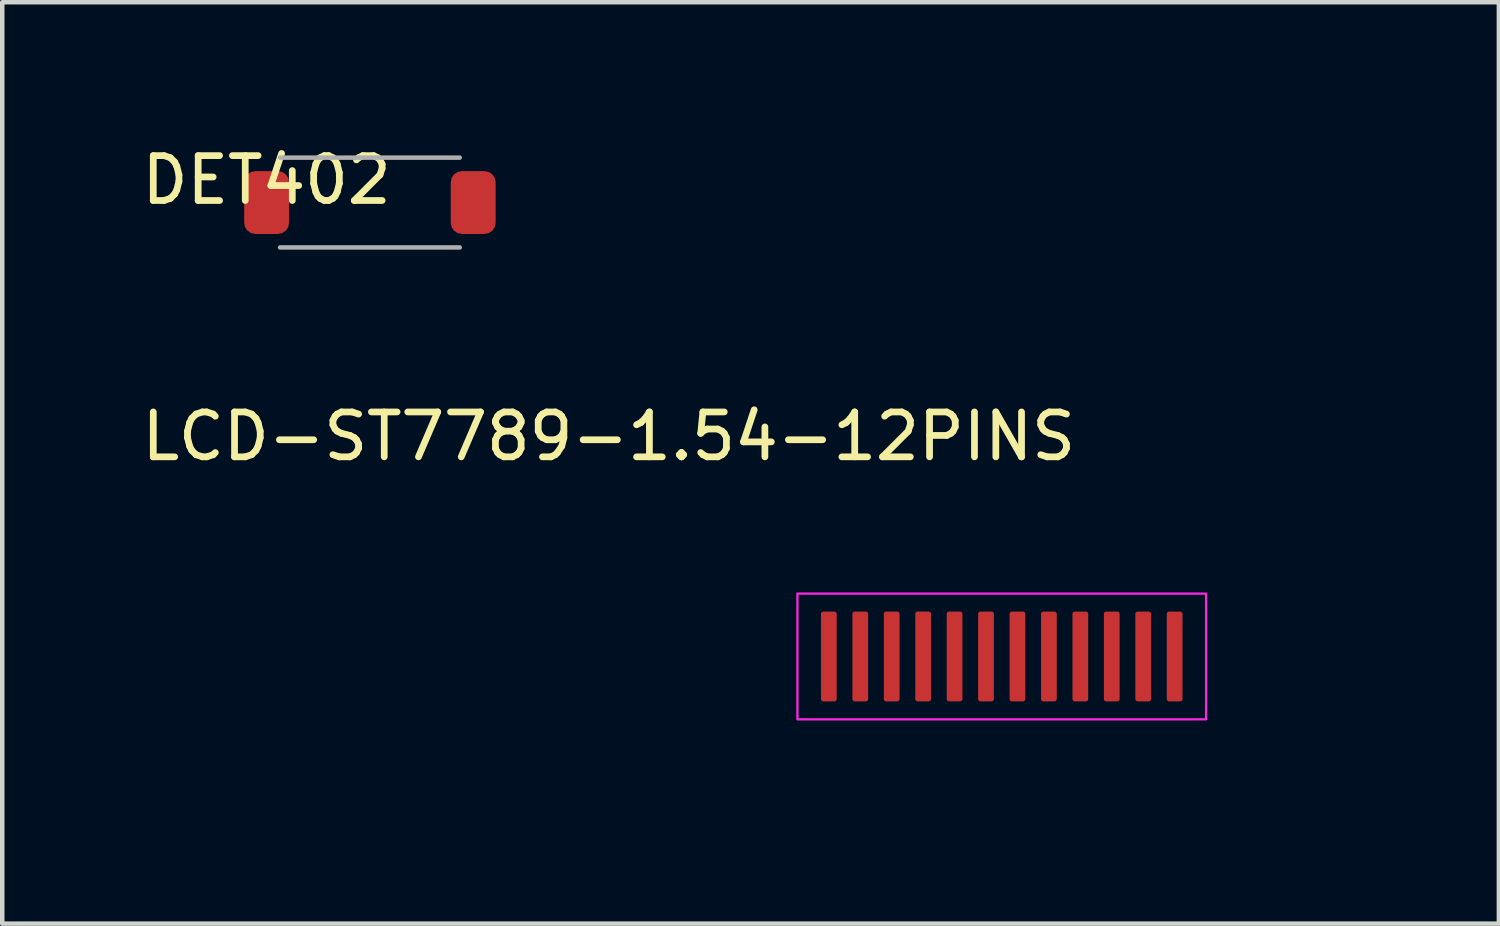
<source format=kicad_pcb>
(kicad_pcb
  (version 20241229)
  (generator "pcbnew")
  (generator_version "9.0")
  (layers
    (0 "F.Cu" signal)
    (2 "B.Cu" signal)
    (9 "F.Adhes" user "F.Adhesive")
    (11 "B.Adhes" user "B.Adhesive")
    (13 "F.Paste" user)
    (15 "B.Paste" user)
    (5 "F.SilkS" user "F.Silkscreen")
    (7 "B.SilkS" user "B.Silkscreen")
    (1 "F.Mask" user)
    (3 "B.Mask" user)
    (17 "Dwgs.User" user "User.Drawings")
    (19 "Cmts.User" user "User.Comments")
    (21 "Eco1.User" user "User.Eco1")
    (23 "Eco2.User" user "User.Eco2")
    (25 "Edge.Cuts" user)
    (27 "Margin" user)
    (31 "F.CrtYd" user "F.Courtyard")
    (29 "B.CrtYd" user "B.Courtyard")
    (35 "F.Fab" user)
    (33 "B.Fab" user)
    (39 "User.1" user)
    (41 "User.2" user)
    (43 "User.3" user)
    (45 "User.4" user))
  (footprint "LCD-ST7789-1.54-12PINS"
    (layer "F.Cu")
    (at 15.406 11.568)
    (property "Reference" "LCD-ST7789-1.54-12PINS" (at -4.9 -4.9 0) (unlocked yes) (layer "F.SilkS") (effects (font (size 1 1) (thickness 0.15))))
    (attr smd)
    (fp_rect (start -0.7 -1.4) (end 8.4 1.4) (stroke (width 0.05) (type solid)) (fill no) (layer "F.CrtYd"))
    (fp_text user "7.7mm from bottom" (at 4.2 2.1 0) (unlocked yes) (layer "User.1") (effects (font (size 1 1) (thickness 0.15))))
    (pad "1" smd roundrect (at 0 0) (size 0.35 2) (layers "F.Cu" "F.Mask" "F.Paste") (roundrect_rratio 0.143))
    (pad "2" smd roundrect (at 0.7 0) (size 0.35 2) (layers "F.Cu" "F.Mask" "F.Paste") (roundrect_rratio 0.143))
    (pad "3" smd roundrect (at 1.4 0) (size 0.35 2) (layers "F.Cu" "F.Mask" "F.Paste") (roundrect_rratio 0.143))
    (pad "4" smd roundrect (at 2.1 0) (size 0.35 2) (layers "F.Cu" "F.Mask" "F.Paste") (roundrect_rratio 0.143))
    (pad "5" smd roundrect (at 2.8 0) (size 0.35 2) (layers "F.Cu" "F.Mask" "F.Paste") (roundrect_rratio 0.143))
    (pad "6" smd roundrect (at 3.5 0) (size 0.35 2) (layers "F.Cu" "F.Mask" "F.Paste") (roundrect_rratio 0.143))
    (pad "7" smd roundrect (at 4.2 0) (size 0.35 2) (layers "F.Cu" "F.Mask" "F.Paste") (roundrect_rratio 0.143))
    (pad "8" smd roundrect (at 4.9 0) (size 0.35 2) (layers "F.Cu" "F.Mask" "F.Paste") (roundrect_rratio 0.143))
    (pad "9" smd roundrect (at 5.6 0) (size 0.35 2) (layers "F.Cu" "F.Mask" "F.Paste") (roundrect_rratio 0.143))
    (pad "10" smd roundrect (at 6.3 0) (size 0.35 2) (layers "F.Cu" "F.Mask" "F.Paste") (roundrect_rratio 0.143))
    (pad "11" smd roundrect (at 7 0) (size 0.35 2) (layers "F.Cu" "F.Mask" "F.Paste") (roundrect_rratio 0.143))
    (pad "12" smd roundrect (at 7.7 0) (size 0.35 2) (layers "F.Cu" "F.Mask" "F.Paste") (roundrect_rratio 0.143)))
  (footprint "DET402"
    (layer "F.Cu")
    (at 2.887 1.46)
    (property "Reference" "DET402" (at 0 -0.5 0) (unlocked yes) (layer "F.SilkS") (effects (font (size 1 1) (thickness 0.15))))
    (attr smd)
    (fp_rect (start -0.8 -1.4) (end 5.4 1.3) (stroke (width 0.12) (type solid)) (fill no) (layer "Margin"))
    (fp_line (start 0.3 -1) (end 4.3 -1) (stroke (width 0.1) (type solid)) (layer "F.Fab"))
    (fp_line (start 0.3 1) (end 4.3 1) (stroke (width 0.1) (type solid)) (layer "F.Fab"))
    (pad "1" smd roundrect (at 0 0) (size 1 1.4) (layers "F.Cu" "F.Mask" "F.Paste") (roundrect_rratio 0.25))
    (pad "2" smd roundrect (at 4.6 0) (size 1 1.4) (layers "F.Cu" "F.Mask" "F.Paste") (roundrect_rratio 0.25)))
  (gr_rect
    (start -3 -3)
    (end 30.326 17.517)
    (stroke (width 0.1) (type default))
    (fill no)
    (layer "Edge.Cuts")))
</source>
